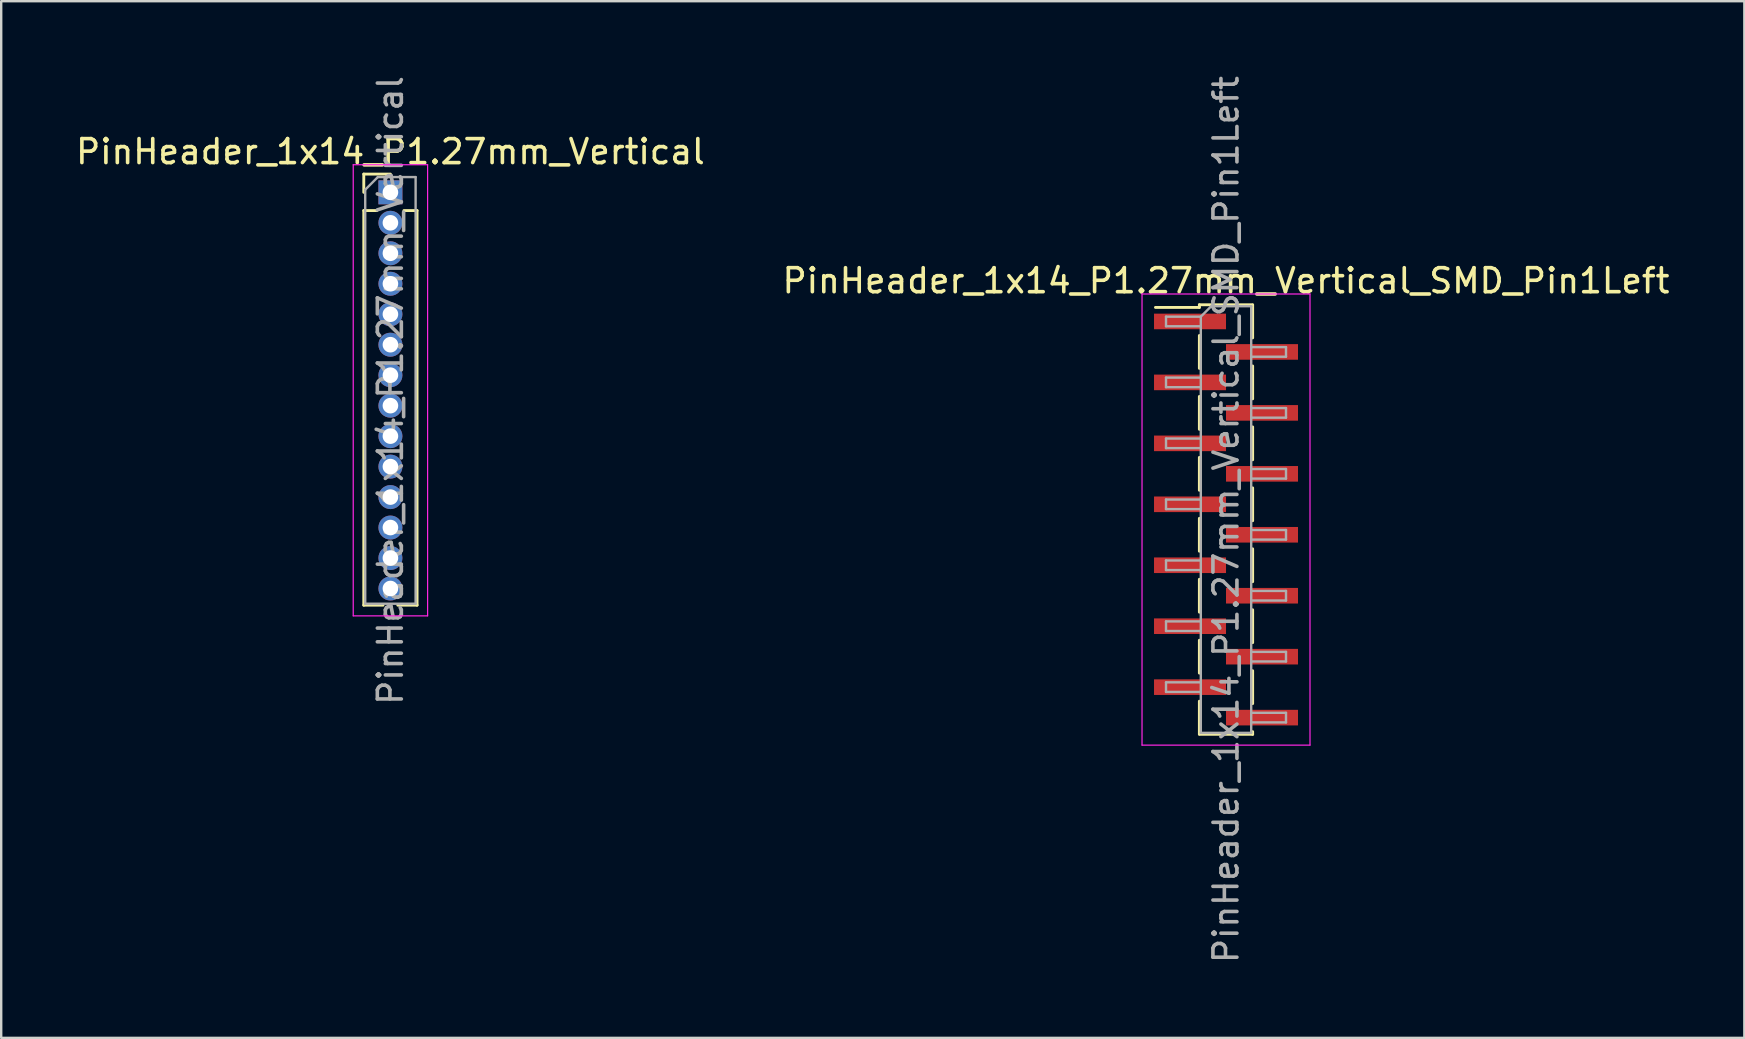
<source format=kicad_pcb>
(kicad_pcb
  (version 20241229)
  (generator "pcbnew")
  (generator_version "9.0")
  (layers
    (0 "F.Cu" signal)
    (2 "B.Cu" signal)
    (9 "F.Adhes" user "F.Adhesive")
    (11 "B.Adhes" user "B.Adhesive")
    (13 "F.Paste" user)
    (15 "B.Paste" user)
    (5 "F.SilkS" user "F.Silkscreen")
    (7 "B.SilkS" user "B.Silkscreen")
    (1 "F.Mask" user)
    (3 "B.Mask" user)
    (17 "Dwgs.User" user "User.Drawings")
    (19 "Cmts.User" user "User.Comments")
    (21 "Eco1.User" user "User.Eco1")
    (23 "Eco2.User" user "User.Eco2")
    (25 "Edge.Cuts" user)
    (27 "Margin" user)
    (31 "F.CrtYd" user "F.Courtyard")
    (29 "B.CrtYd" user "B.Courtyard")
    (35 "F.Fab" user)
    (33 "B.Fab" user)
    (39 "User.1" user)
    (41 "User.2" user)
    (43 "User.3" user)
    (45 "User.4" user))
  (footprint "PinHeader_1x14_P1.27mm_Vertical"
    (layer "F.Cu")
    (at 13.22 4.965)
    (property "Reference" "PinHeader_1x14_P1.27mm_Vertical" (at 0 -1.695 0) (layer "F.SilkS") (effects (font (size 1 1) (thickness 0.15))))
    (attr through_hole)
    (fp_line (start -1.11 -0.76) (end 0 -0.76) (stroke (width 0.12) (type solid)) (layer "F.SilkS"))
    (fp_line (start -1.11 0) (end -1.11 -0.76) (stroke (width 0.12) (type solid)) (layer "F.SilkS"))
    (fp_line (start -1.11 0.76) (end -1.11 17.205) (stroke (width 0.12) (type solid)) (layer "F.SilkS"))
    (fp_line (start -1.11 0.76) (end -0.563 0.76) (stroke (width 0.12) (type solid)) (layer "F.SilkS"))
    (fp_line (start -1.11 17.205) (end -0.308 17.205) (stroke (width 0.12) (type solid)) (layer "F.SilkS"))
    (fp_line (start 0.308 17.205) (end 1.11 17.205) (stroke (width 0.12) (type solid)) (layer "F.SilkS"))
    (fp_line (start 0.563 0.76) (end 1.11 0.76) (stroke (width 0.12) (type solid)) (layer "F.SilkS"))
    (fp_line (start 1.11 0.76) (end 1.11 17.205) (stroke (width 0.12) (type solid)) (layer "F.SilkS"))
    (fp_line (start -1.55 -1.15) (end -1.55 17.65) (stroke (width 0.05) (type solid)) (layer "F.CrtYd"))
    (fp_line (start -1.55 17.65) (end 1.55 17.65) (stroke (width 0.05) (type solid)) (layer "F.CrtYd"))
    (fp_line (start 1.55 -1.15) (end -1.55 -1.15) (stroke (width 0.05) (type solid)) (layer "F.CrtYd"))
    (fp_line (start 1.55 17.65) (end 1.55 -1.15) (stroke (width 0.05) (type solid)) (layer "F.CrtYd"))
    (fp_line (start -1.05 -0.11) (end -0.525 -0.635) (stroke (width 0.1) (type solid)) (layer "F.Fab"))
    (fp_line (start -1.05 17.145) (end -1.05 -0.11) (stroke (width 0.1) (type solid)) (layer "F.Fab"))
    (fp_line (start -0.525 -0.635) (end 1.05 -0.635) (stroke (width 0.1) (type solid)) (layer "F.Fab"))
    (fp_line (start 1.05 -0.635) (end 1.05 17.145) (stroke (width 0.1) (type solid)) (layer "F.Fab"))
    (fp_line (start 1.05 17.145) (end -1.05 17.145) (stroke (width 0.1) (type solid)) (layer "F.Fab"))
    (fp_text user "${REFERENCE}" (at 0 8.255 90) (layer "F.Fab") (effects (font (size 1 1) (thickness 0.15))))
    (pad "1" thru_hole rect (at 0 0) (size 1 1) (drill 0.65) (layers "*.Cu" "*.Mask"))
    (pad "2" thru_hole oval (at 0 1.27) (size 1 1) (drill 0.65) (layers "*.Cu" "*.Mask"))
    (pad "3" thru_hole oval (at 0 2.54) (size 1 1) (drill 0.65) (layers "*.Cu" "*.Mask"))
    (pad "4" thru_hole oval (at 0 3.81) (size 1 1) (drill 0.65) (layers "*.Cu" "*.Mask"))
    (pad "5" thru_hole oval (at 0 5.08) (size 1 1) (drill 0.65) (layers "*.Cu" "*.Mask"))
    (pad "6" thru_hole oval (at 0 6.35) (size 1 1) (drill 0.65) (layers "*.Cu" "*.Mask"))
    (pad "7" thru_hole oval (at 0 7.62) (size 1 1) (drill 0.65) (layers "*.Cu" "*.Mask"))
    (pad "8" thru_hole oval (at 0 8.89) (size 1 1) (drill 0.65) (layers "*.Cu" "*.Mask"))
    (pad "9" thru_hole oval (at 0 10.16) (size 1 1) (drill 0.65) (layers "*.Cu" "*.Mask"))
    (pad "10" thru_hole oval (at 0 11.43) (size 1 1) (drill 0.65) (layers "*.Cu" "*.Mask"))
    (pad "11" thru_hole oval (at 0 12.7) (size 1 1) (drill 0.65) (layers "*.Cu" "*.Mask"))
    (pad "12" thru_hole oval (at 0 13.97) (size 1 1) (drill 0.65) (layers "*.Cu" "*.Mask"))
    (pad "13" thru_hole oval (at 0 15.24) (size 1 1) (drill 0.65) (layers "*.Cu" "*.Mask"))
    (pad "14" thru_hole oval (at 0 16.51) (size 1 1) (drill 0.65) (layers "*.Cu" "*.Mask")))
  (footprint "PinHeader_1x14_P1.27mm_Vertical_SMD_Pin1Left"
    (layer "F.Cu")
    (at 48.042 18.601)
    (property "Reference" "PinHeader_1x14_P1.27mm_Vertical_SMD_Pin1Left" (at 0 -9.95 0) (layer "F.SilkS") (effects (font (size 1 1) (thickness 0.15))))
    (attr smd)
    (fp_line (start -1.11 -8.95) (end -1.11 -8.84) (stroke (width 0.12) (type solid)) (layer "F.SilkS"))
    (fp_line (start -1.11 -8.95) (end 1.11 -8.95) (stroke (width 0.12) (type solid)) (layer "F.SilkS"))
    (fp_line (start -1.11 -8.84) (end -2.94 -8.84) (stroke (width 0.12) (type solid)) (layer "F.SilkS"))
    (fp_line (start -1.11 -7.67) (end -1.11 -6.3) (stroke (width 0.12) (type solid)) (layer "F.SilkS"))
    (fp_line (start -1.11 -5.13) (end -1.11 -3.76) (stroke (width 0.12) (type solid)) (layer "F.SilkS"))
    (fp_line (start -1.11 -2.59) (end -1.11 -1.22) (stroke (width 0.12) (type solid)) (layer "F.SilkS"))
    (fp_line (start -1.11 -0.05) (end -1.11 1.32) (stroke (width 0.12) (type solid)) (layer "F.SilkS"))
    (fp_line (start -1.11 2.49) (end -1.11 3.86) (stroke (width 0.12) (type solid)) (layer "F.SilkS"))
    (fp_line (start -1.11 5.03) (end -1.11 6.4) (stroke (width 0.12) (type solid)) (layer "F.SilkS"))
    (fp_line (start -1.11 7.57) (end -1.11 8.94) (stroke (width 0.12) (type solid)) (layer "F.SilkS"))
    (fp_line (start -1.11 8.95) (end 1.11 8.95) (stroke (width 0.12) (type solid)) (layer "F.SilkS"))
    (fp_line (start 1.11 -8.94) (end 1.11 -7.57) (stroke (width 0.12) (type solid)) (layer "F.SilkS"))
    (fp_line (start 1.11 -6.4) (end 1.11 -5.03) (stroke (width 0.12) (type solid)) (layer "F.SilkS"))
    (fp_line (start 1.11 -3.86) (end 1.11 -2.49) (stroke (width 0.12) (type solid)) (layer "F.SilkS"))
    (fp_line (start 1.11 -1.32) (end 1.11 0.05) (stroke (width 0.12) (type solid)) (layer "F.SilkS"))
    (fp_line (start 1.11 1.22) (end 1.11 2.59) (stroke (width 0.12) (type solid)) (layer "F.SilkS"))
    (fp_line (start 1.11 3.76) (end 1.11 5.13) (stroke (width 0.12) (type solid)) (layer "F.SilkS"))
    (fp_line (start 1.11 6.3) (end 1.11 7.67) (stroke (width 0.12) (type solid)) (layer "F.SilkS"))
    (fp_line (start 1.11 8.84) (end 1.11 8.95) (stroke (width 0.12) (type solid)) (layer "F.SilkS"))
    (fp_line (start -3.5 -9.4) (end -3.5 9.4) (stroke (width 0.05) (type solid)) (layer "F.CrtYd"))
    (fp_line (start -3.5 9.4) (end 3.5 9.4) (stroke (width 0.05) (type solid)) (layer "F.CrtYd"))
    (fp_line (start 3.5 -9.4) (end -3.5 -9.4) (stroke (width 0.05) (type solid)) (layer "F.CrtYd"))
    (fp_line (start 3.5 9.4) (end 3.5 -9.4) (stroke (width 0.05) (type solid)) (layer "F.CrtYd"))
    (fp_line (start -2.5 -8.455) (end -2.5 -8.055) (stroke (width 0.1) (type solid)) (layer "F.Fab"))
    (fp_line (start -2.5 -8.055) (end -1.05 -8.055) (stroke (width 0.1) (type solid)) (layer "F.Fab"))
    (fp_line (start -2.5 -5.915) (end -2.5 -5.515) (stroke (width 0.1) (type solid)) (layer "F.Fab"))
    (fp_line (start -2.5 -5.515) (end -1.05 -5.515) (stroke (width 0.1) (type solid)) (layer "F.Fab"))
    (fp_line (start -2.5 -3.375) (end -2.5 -2.975) (stroke (width 0.1) (type solid)) (layer "F.Fab"))
    (fp_line (start -2.5 -2.975) (end -1.05 -2.975) (stroke (width 0.1) (type solid)) (layer "F.Fab"))
    (fp_line (start -2.5 -0.835) (end -2.5 -0.435) (stroke (width 0.1) (type solid)) (layer "F.Fab"))
    (fp_line (start -2.5 -0.435) (end -1.05 -0.435) (stroke (width 0.1) (type solid)) (layer "F.Fab"))
    (fp_line (start -2.5 1.705) (end -2.5 2.105) (stroke (width 0.1) (type solid)) (layer "F.Fab"))
    (fp_line (start -2.5 2.105) (end -1.05 2.105) (stroke (width 0.1) (type solid)) (layer "F.Fab"))
    (fp_line (start -2.5 4.245) (end -2.5 4.645) (stroke (width 0.1) (type solid)) (layer "F.Fab"))
    (fp_line (start -2.5 4.645) (end -1.05 4.645) (stroke (width 0.1) (type solid)) (layer "F.Fab"))
    (fp_line (start -2.5 6.785) (end -2.5 7.185) (stroke (width 0.1) (type solid)) (layer "F.Fab"))
    (fp_line (start -2.5 7.185) (end -1.05 7.185) (stroke (width 0.1) (type solid)) (layer "F.Fab"))
    (fp_line (start -1.05 -8.455) (end -2.5 -8.455) (stroke (width 0.1) (type solid)) (layer "F.Fab"))
    (fp_line (start -1.05 -8.455) (end -0.615 -8.89) (stroke (width 0.1) (type solid)) (layer "F.Fab"))
    (fp_line (start -1.05 -5.915) (end -2.5 -5.915) (stroke (width 0.1) (type solid)) (layer "F.Fab"))
    (fp_line (start -1.05 -3.375) (end -2.5 -3.375) (stroke (width 0.1) (type solid)) (layer "F.Fab"))
    (fp_line (start -1.05 -0.835) (end -2.5 -0.835) (stroke (width 0.1) (type solid)) (layer "F.Fab"))
    (fp_line (start -1.05 1.705) (end -2.5 1.705) (stroke (width 0.1) (type solid)) (layer "F.Fab"))
    (fp_line (start -1.05 4.245) (end -2.5 4.245) (stroke (width 0.1) (type solid)) (layer "F.Fab"))
    (fp_line (start -1.05 6.785) (end -2.5 6.785) (stroke (width 0.1) (type solid)) (layer "F.Fab"))
    (fp_line (start -1.05 8.89) (end -1.05 -8.455) (stroke (width 0.1) (type solid)) (layer "F.Fab"))
    (fp_line (start -0.615 -8.89) (end 1.05 -8.89) (stroke (width 0.1) (type solid)) (layer "F.Fab"))
    (fp_line (start 1.05 -8.89) (end 1.05 8.89) (stroke (width 0.1) (type solid)) (layer "F.Fab"))
    (fp_line (start 1.05 -7.185) (end 2.5 -7.185) (stroke (width 0.1) (type solid)) (layer "F.Fab"))
    (fp_line (start 1.05 -4.645) (end 2.5 -4.645) (stroke (width 0.1) (type solid)) (layer "F.Fab"))
    (fp_line (start 1.05 -2.105) (end 2.5 -2.105) (stroke (width 0.1) (type solid)) (layer "F.Fab"))
    (fp_line (start 1.05 0.435) (end 2.5 0.435) (stroke (width 0.1) (type solid)) (layer "F.Fab"))
    (fp_line (start 1.05 2.975) (end 2.5 2.975) (stroke (width 0.1) (type solid)) (layer "F.Fab"))
    (fp_line (start 1.05 5.515) (end 2.5 5.515) (stroke (width 0.1) (type solid)) (layer "F.Fab"))
    (fp_line (start 1.05 8.055) (end 2.5 8.055) (stroke (width 0.1) (type solid)) (layer "F.Fab"))
    (fp_line (start 1.05 8.89) (end -1.05 8.89) (stroke (width 0.1) (type solid)) (layer "F.Fab"))
    (fp_line (start 2.5 -7.185) (end 2.5 -6.785) (stroke (width 0.1) (type solid)) (layer "F.Fab"))
    (fp_line (start 2.5 -6.785) (end 1.05 -6.785) (stroke (width 0.1) (type solid)) (layer "F.Fab"))
    (fp_line (start 2.5 -4.645) (end 2.5 -4.245) (stroke (width 0.1) (type solid)) (layer "F.Fab"))
    (fp_line (start 2.5 -4.245) (end 1.05 -4.245) (stroke (width 0.1) (type solid)) (layer "F.Fab"))
    (fp_line (start 2.5 -2.105) (end 2.5 -1.705) (stroke (width 0.1) (type solid)) (layer "F.Fab"))
    (fp_line (start 2.5 -1.705) (end 1.05 -1.705) (stroke (width 0.1) (type solid)) (layer "F.Fab"))
    (fp_line (start 2.5 0.435) (end 2.5 0.835) (stroke (width 0.1) (type solid)) (layer "F.Fab"))
    (fp_line (start 2.5 0.835) (end 1.05 0.835) (stroke (width 0.1) (type solid)) (layer "F.Fab"))
    (fp_line (start 2.5 2.975) (end 2.5 3.375) (stroke (width 0.1) (type solid)) (layer "F.Fab"))
    (fp_line (start 2.5 3.375) (end 1.05 3.375) (stroke (width 0.1) (type solid)) (layer "F.Fab"))
    (fp_line (start 2.5 5.515) (end 2.5 5.915) (stroke (width 0.1) (type solid)) (layer "F.Fab"))
    (fp_line (start 2.5 5.915) (end 1.05 5.915) (stroke (width 0.1) (type solid)) (layer "F.Fab"))
    (fp_line (start 2.5 8.055) (end 2.5 8.455) (stroke (width 0.1) (type solid)) (layer "F.Fab"))
    (fp_line (start 2.5 8.455) (end 1.05 8.455) (stroke (width 0.1) (type solid)) (layer "F.Fab"))
    (fp_text user "${REFERENCE}" (at 0 0 90) (layer "F.Fab") (effects (font (size 1 1) (thickness 0.15))))
    (pad "1" smd rect (at -1.5 -8.255) (size 3 0.65) (layers "F.Cu" "F.Mask" "F.Paste"))
    (pad "2" smd rect (at 1.5 -6.985) (size 3 0.65) (layers "F.Cu" "F.Mask" "F.Paste"))
    (pad "3" smd rect (at -1.5 -5.715) (size 3 0.65) (layers "F.Cu" "F.Mask" "F.Paste"))
    (pad "4" smd rect (at 1.5 -4.445) (size 3 0.65) (layers "F.Cu" "F.Mask" "F.Paste"))
    (pad "5" smd rect (at -1.5 -3.175) (size 3 0.65) (layers "F.Cu" "F.Mask" "F.Paste"))
    (pad "6" smd rect (at 1.5 -1.905) (size 3 0.65) (layers "F.Cu" "F.Mask" "F.Paste"))
    (pad "7" smd rect (at -1.5 -0.635) (size 3 0.65) (layers "F.Cu" "F.Mask" "F.Paste"))
    (pad "8" smd rect (at 1.5 0.635) (size 3 0.65) (layers "F.Cu" "F.Mask" "F.Paste"))
    (pad "9" smd rect (at -1.5 1.905) (size 3 0.65) (layers "F.Cu" "F.Mask" "F.Paste"))
    (pad "10" smd rect (at 1.5 3.175) (size 3 0.65) (layers "F.Cu" "F.Mask" "F.Paste"))
    (pad "11" smd rect (at -1.5 4.445) (size 3 0.65) (layers "F.Cu" "F.Mask" "F.Paste"))
    (pad "12" smd rect (at 1.5 5.715) (size 3 0.65) (layers "F.Cu" "F.Mask" "F.Paste"))
    (pad "13" smd rect (at -1.5 6.985) (size 3 0.65) (layers "F.Cu" "F.Mask" "F.Paste"))
    (pad "14" smd rect (at 1.5 8.255) (size 3 0.65) (layers "F.Cu" "F.Mask" "F.Paste")))
  (gr_rect
    (start -3 -3)
    (end 69.643 40.202)
    (stroke (width 0.1) (type default))
    (fill no)
    (layer "Edge.Cuts")))
</source>
